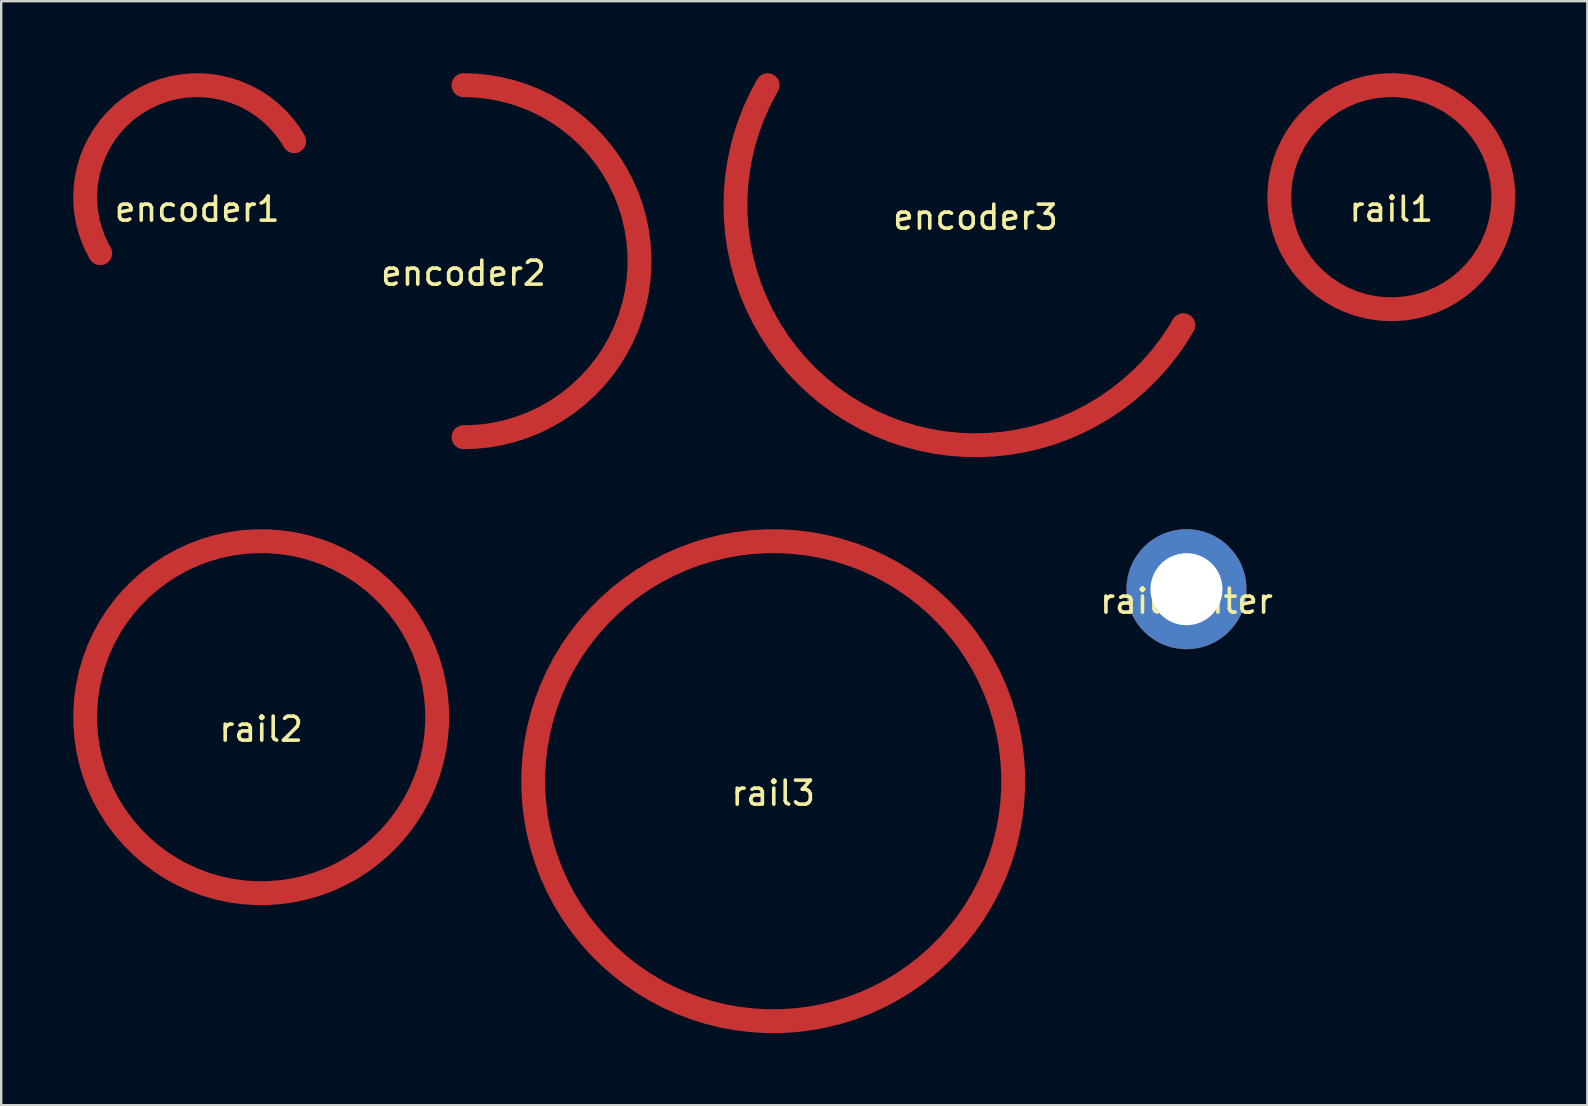
<source format=kicad_pcb>
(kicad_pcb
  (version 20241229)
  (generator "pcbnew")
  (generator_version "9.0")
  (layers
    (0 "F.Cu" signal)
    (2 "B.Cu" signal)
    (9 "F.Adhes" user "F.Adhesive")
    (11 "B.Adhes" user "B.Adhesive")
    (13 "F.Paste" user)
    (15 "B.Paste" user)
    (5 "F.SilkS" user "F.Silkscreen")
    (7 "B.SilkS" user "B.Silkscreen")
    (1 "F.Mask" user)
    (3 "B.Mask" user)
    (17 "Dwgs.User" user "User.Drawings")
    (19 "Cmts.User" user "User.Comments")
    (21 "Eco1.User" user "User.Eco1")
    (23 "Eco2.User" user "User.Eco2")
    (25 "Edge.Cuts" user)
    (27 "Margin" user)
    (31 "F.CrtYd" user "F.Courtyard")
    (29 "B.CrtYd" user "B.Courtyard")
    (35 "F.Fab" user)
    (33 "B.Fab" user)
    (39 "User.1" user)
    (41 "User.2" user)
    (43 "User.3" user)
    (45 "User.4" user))
  (footprint "encoder3"
    (layer "F.Cu")
    (at 37.595 5.5)
    (property "Reference" "encoder3" (at 0 0.5 0) (layer "F.SilkS") (effects (font (size 1 1) (thickness 0.15))))
    (attr through_hole)
    (pad "1" smd custom (at -10 0) (size 1 1) (layers "F.Cu" "F.Mask") (options (anchor circle)) (primitives (gr_arc (start 0 0) (mid 0.340742 -2.58819) (end 1.339746 -5) (width 1)) (gr_arc (start 18.660254 5) (mid 7.41181 9.659258) (end 0 0) (width 1)))))
  (footprint "rail3"
    (layer "F.Cu")
    (at 29.167 29.5)
    (property "Reference" "rail3" (at 0 0.5 0) (layer "F.SilkS") (effects (font (size 1 1) (thickness 0.15))))
    (attr through_hole)
    (pad "1" smd custom (at 0 10) (size 1 1) (layers "F.Cu" "F.Mask") (options (anchor circle)) (primitives (gr_circle (center 0 -10) (end 10 -10) (width 1) (fill no)))))
  (footprint "encoder2"
    (layer "F.Cu")
    (at 16.262 7.833)
    (property "Reference" "encoder2" (at 0 0.5 0) (layer "F.SilkS") (effects (font (size 1 1) (thickness 0.15))))
    (attr through_hole)
    (pad "1" smd custom (at 0 -7.333) (size 1 1) (layers "F.Cu" "F.Mask") (options (anchor circle)) (primitives (gr_arc (start 0 0) (mid 7.33333 7.33333) (end 0 14.66666) (width 1)))))
  (footprint "encoder1"
    (layer "F.Cu")
    (at 5.167 5.167)
    (property "Reference" "encoder1" (at 0 0.5 0) (layer "F.SilkS") (effects (font (size 1 1) (thickness 0.15))))
    (attr through_hole)
    (pad "1" smd custom (at -4.667 0) (size 1 1) (layers "F.Cu" "F.Mask") (options (anchor circle)) (primitives (gr_arc (start 0 0) (mid 3.458847 -4.507657) (end 8.708125 -2.333335) (width 1)) (gr_arc (start 0.625215 2.333335) (mid 0.159013 1.207823) (end 0 0) (width 1)))))
  (footprint "railcenter"
    (layer "F.Cu")
    (at 46.387 21.5)
    (property "Reference" "railcenter" (at 0 0.5 0) (layer "F.SilkS") (effects (font (size 1 1) (thickness 0.15))))
    (attr through_hole)
    (pad "1" thru_hole circle (at 0 0) (size 5 5) (drill 3) (layers "*.Cu" "*.Mask")))
  (footprint "rail1"
    (layer "F.Cu")
    (at 54.922 5.167)
    (property "Reference" "rail1" (at 0 0.5 0) (layer "F.SilkS") (effects (font (size 1 1) (thickness 0.15))))
    (attr through_hole)
    (pad "1" smd custom (at 0 4.667) (size 1 1) (layers "F.Cu" "F.Mask") (options (anchor circle)) (primitives (gr_circle (center 0 -4.667) (end 4.667 -4.667) (width 1) (fill no)))))
  (footprint "rail2"
    (layer "F.Cu")
    (at 7.833 26.833)
    (property "Reference" "rail2" (at 0 0.5 0) (layer "F.SilkS") (effects (font (size 1 1) (thickness 0.15))))
    (attr through_hole)
    (pad "1" smd custom (at 0 7.333) (size 1 1) (layers "F.Cu" "F.Mask") (options (anchor circle)) (primitives (gr_circle (center 0 -7.333) (end 7.333 -7.333) (width 1) (fill no)))))
  (gr_rect
    (start -3 -3)
    (end 63.089 43)
    (stroke (width 0.1) (type default))
    (fill no)
    (layer "Edge.Cuts")))
</source>
